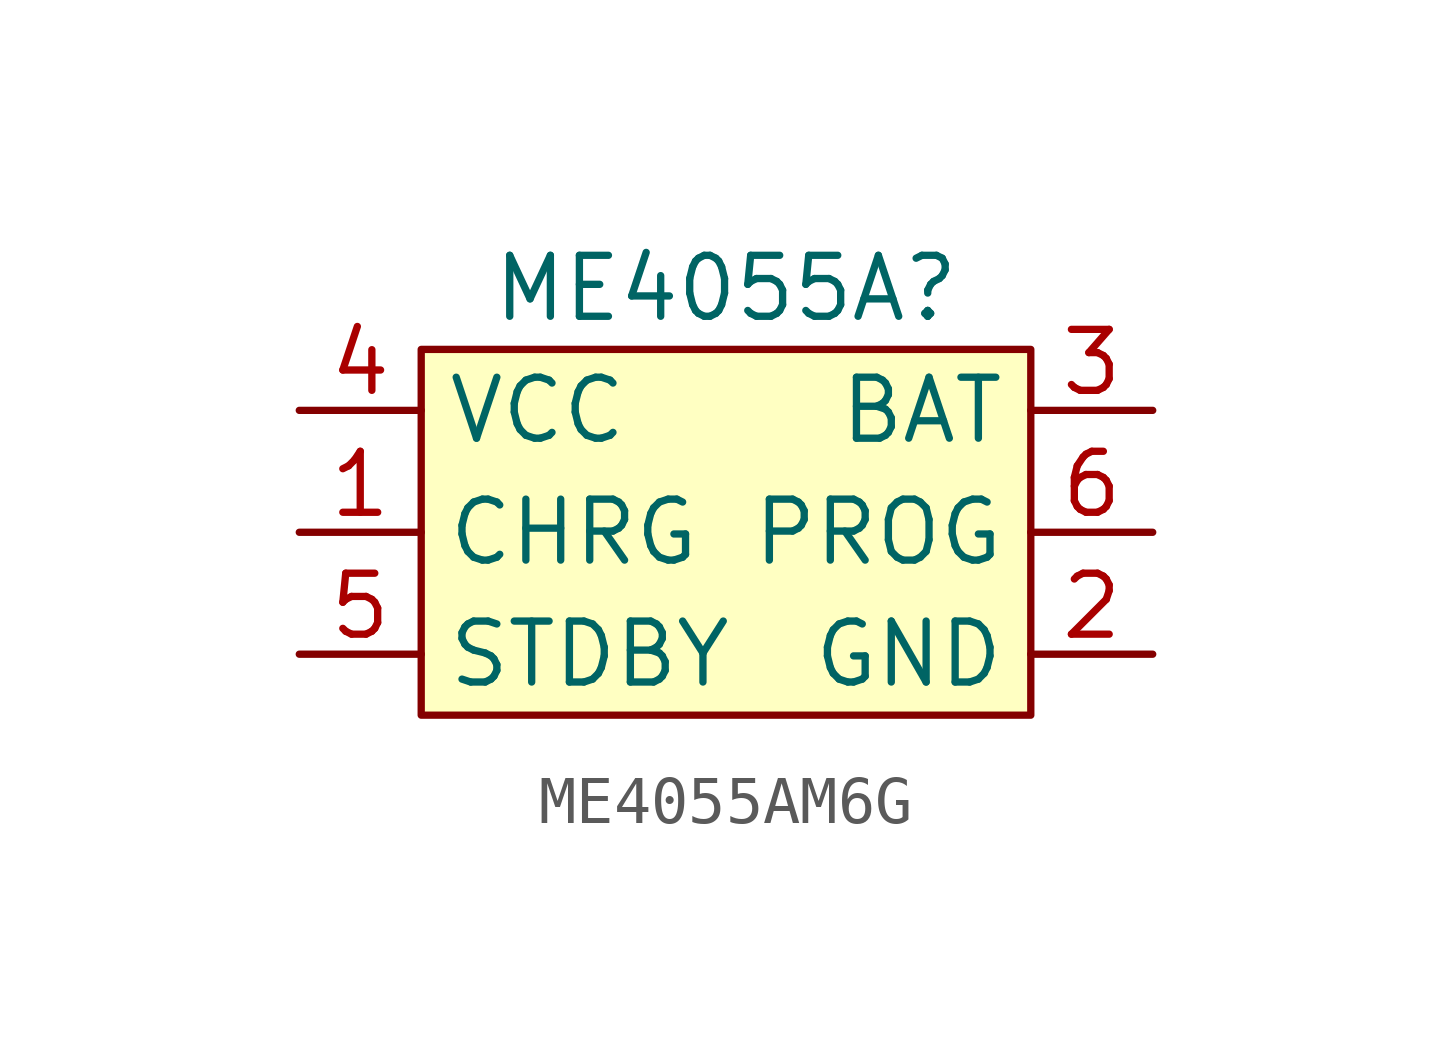
<source format=kicad_sym>
(kicad_symbol_lib
  (version 20220914)
  (generator kicad_symbol_editor)
  (symbol "ME4055AM6G"
    (property "Reference" "ME4055A"
      (at 0 3.81 0)
      (effects (font (size 1.27 1.27))))
    (property "Value" ""
      (at -2.54 0 0)
      (effects (font (size 1.27 1.27))))
    (symbol "ME4055AM6G_1_1"
      (rectangle (start -6.35 2.54) (end 6.35 -5.08) (stroke (width 0) (type default)) (fill (type background)))
      (pin input line (at -8.89 -1.27 0) (length 2.54) (name "CHRG" (effects (font (size 1.27 1.27)))) (number "1" (effects (font (size 1.27 1.27)))))
      (pin input line (at 8.89 -3.81 180) (length 2.54) (name "GND" (effects (font (size 1.27 1.27)))) (number "2" (effects (font (size 1.27 1.27)))))
      (pin input line (at 8.89 1.27 180) (length 2.54) (name "BAT" (effects (font (size 1.27 1.27)))) (number "3" (effects (font (size 1.27 1.27)))))
      (pin input line (at -8.89 1.27 0) (length 2.54) (name "VCC" (effects (font (size 1.27 1.27)))) (number "4" (effects (font (size 1.27 1.27)))))
      (pin input line (at -8.89 -3.81 0) (length 2.54) (name "STDBY" (effects (font (size 1.27 1.27)))) (number "5" (effects (font (size 1.27 1.27)))))
      (pin input line (at 8.89 -1.27 180) (length 2.54) (name "PROG" (effects (font (size 1.27 1.27)))) (number "6" (effects (font (size 1.27 1.27))))))))
</source>
